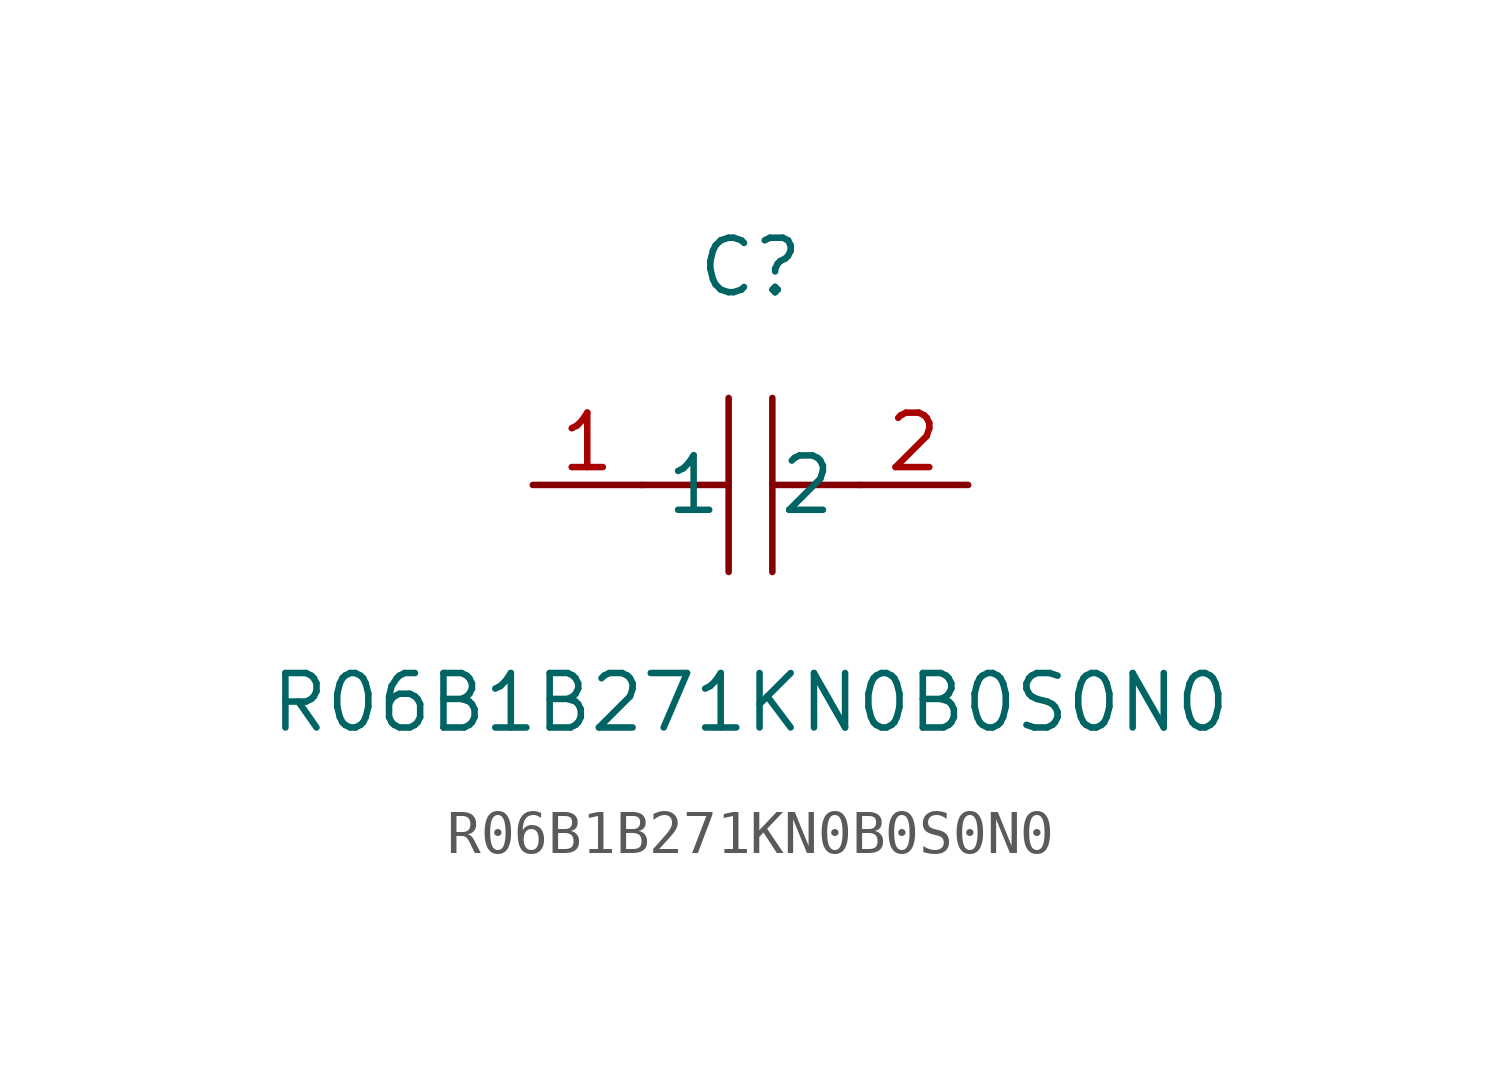
<source format=kicad_sym>
(kicad_symbol_lib
  (version 1)
  (generator "faebryk")
  (symbol "R06B1B271KN0B0S0N0"
    (property "Reference" "C"
      (at 0 5.08 0)
      (effects (font (size 1.27 1.27)) (hide no)))
    (property "Value" "R06B1B271KN0B0S0N0"
      (at 0 -5.08 0)
      (effects (font (size 1.27 1.27)) (hide no)))
    (symbol "R06B1B271KN0B0S0N0_0_1"
      (polyline (stroke (width 0) (type default) (color 0 0 0 0)) (fill (type none)) (pts (xy -0.51 -2.03) (xy -0.51 2.03)))
      (polyline (stroke (width 0) (type default) (color 0 0 0 0)) (fill (type none)) (pts (xy 2.54 0) (xy 0.51 0)))
      (polyline (stroke (width 0) (type default) (color 0 0 0 0)) (fill (type none)) (pts (xy 0.51 2.03) (xy 0.51 -2.03)))
      (polyline (stroke (width 0) (type default) (color 0 0 0 0)) (fill (type none)) (pts (xy -0.51 0) (xy -2.54 0)))
      (pin unspecified line (at -5.08 0 0) (length 2.54) (name "1" (effects (font (size 1.27 1.27)) (hide no))) (number "1" (effects (font (size 1.27 1.27)) (hide no))))
      (pin unspecified line (at 5.08 0 180) (length 2.54) (name "2" (effects (font (size 1.27 1.27)) (hide no))) (number "2" (effects (font (size 1.27 1.27)) (hide no)))))))
</source>
